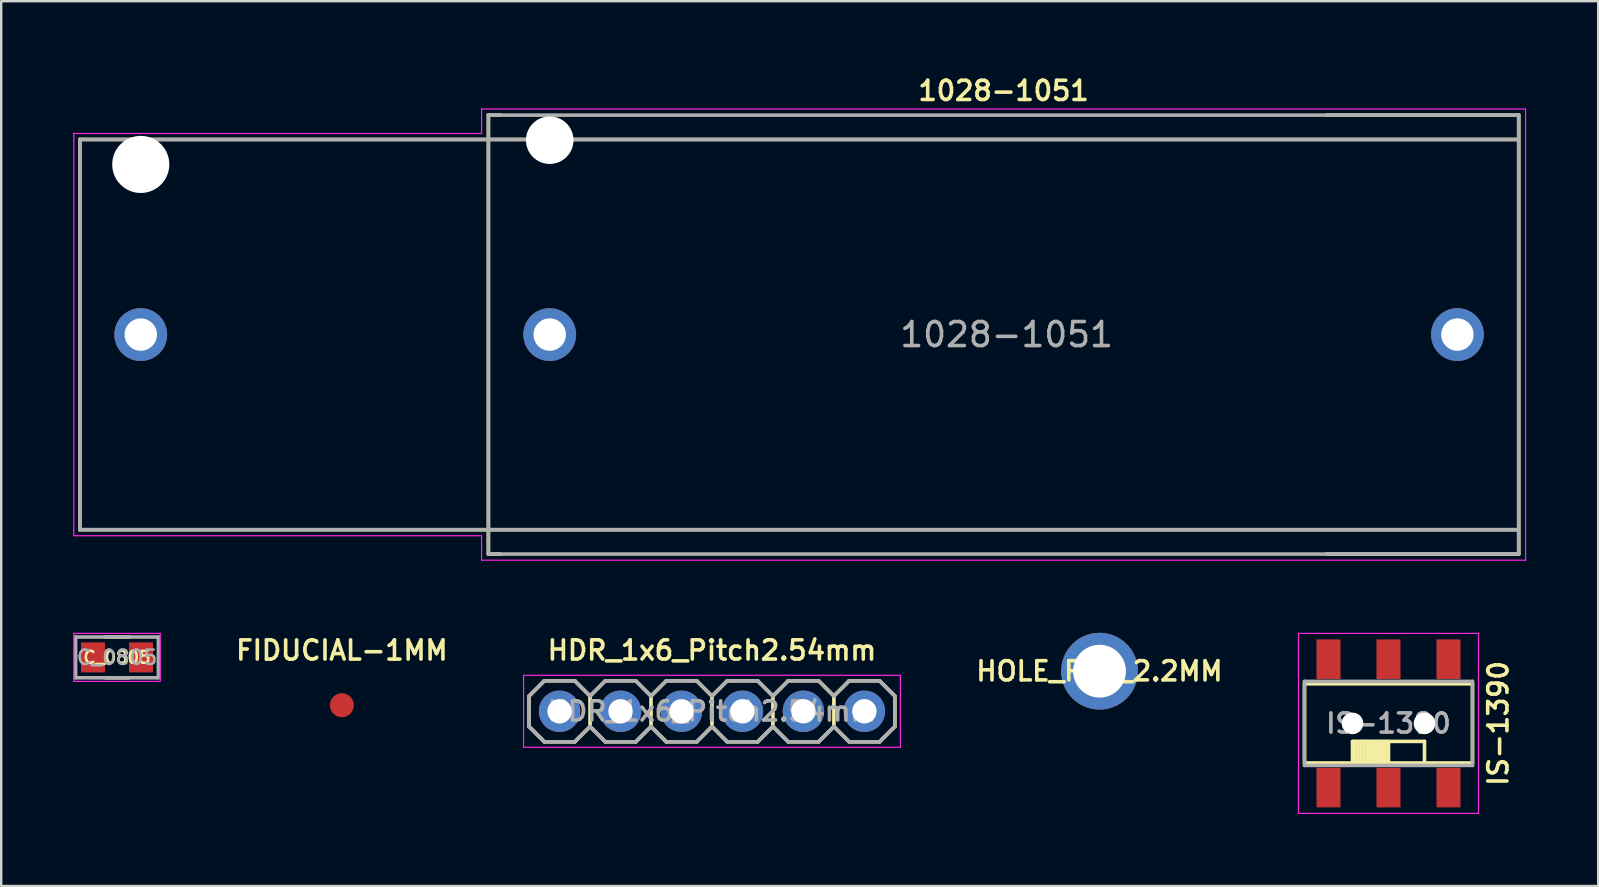
<source format=kicad_pcb>
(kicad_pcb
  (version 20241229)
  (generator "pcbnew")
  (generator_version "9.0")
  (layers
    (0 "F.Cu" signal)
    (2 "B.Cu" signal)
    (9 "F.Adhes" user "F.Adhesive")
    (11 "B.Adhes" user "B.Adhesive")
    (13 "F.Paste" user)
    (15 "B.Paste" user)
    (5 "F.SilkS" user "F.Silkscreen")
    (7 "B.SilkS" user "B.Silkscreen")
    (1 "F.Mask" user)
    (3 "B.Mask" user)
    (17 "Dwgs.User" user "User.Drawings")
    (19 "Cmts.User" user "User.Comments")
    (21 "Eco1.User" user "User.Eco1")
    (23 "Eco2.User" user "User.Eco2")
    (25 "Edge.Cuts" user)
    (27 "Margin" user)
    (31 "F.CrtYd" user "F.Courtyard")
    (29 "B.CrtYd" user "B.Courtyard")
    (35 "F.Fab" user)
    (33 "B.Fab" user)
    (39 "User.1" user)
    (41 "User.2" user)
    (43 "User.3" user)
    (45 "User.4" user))
  (footprint "1028-1051"
    (layer "F.Cu")
    (at 38.765 10.891)
    (property "Reference" "1028-1051" (at 0 -10.16 0) (layer "F.SilkS") (effects (font (size 0.8 0.8) (thickness 0.15))))
    (attr through_hole)
    (fp_line (start -38.49 -8.13) (end -38.49 8.13) (stroke (width 0.15) (type solid)) (layer "F.SilkS"))
    (fp_line (start -38.49 -8.13) (end 21.45 -8.13) (stroke (width 0.15) (type solid)) (layer "F.SilkS"))
    (fp_line (start -38.49 8.13) (end 21.45 8.13) (stroke (width 0.15) (type solid)) (layer "F.SilkS"))
    (fp_line (start -21.465 -9.145) (end -20.965 -9.145) (stroke (width 0.15) (type solid)) (layer "F.SilkS"))
    (fp_line (start -21.465 9.145) (end -21.465 -9.145) (stroke (width 0.15) (type solid)) (layer "F.SilkS"))
    (fp_line (start -21.465 9.145) (end -20.965 9.145) (stroke (width 0.15) (type solid)) (layer "F.SilkS"))
    (fp_line (start 13.465 -9.145) (end 21.465 -9.145) (stroke (width 0.15) (type solid)) (layer "F.SilkS"))
    (fp_line (start 13.465 9.144) (end 21.465 9.144) (stroke (width 0.15) (type solid)) (layer "F.SilkS"))
    (fp_line (start 21.465 -9.145) (end 21.465 9.145) (stroke (width 0.15) (type solid)) (layer "F.SilkS"))
    (fp_line (start -38.74 -8.38) (end -38.74 8.38) (stroke (width 0.05) (type solid)) (layer "F.CrtYd"))
    (fp_line (start -38.74 -8.38) (end -21.75 -8.38) (stroke (width 0.05) (type solid)) (layer "F.CrtYd"))
    (fp_line (start -38.74 8.38) (end -21.75 8.38) (stroke (width 0.05) (type solid)) (layer "F.CrtYd"))
    (fp_line (start -21.75 -9.4) (end -21.75 -8.38) (stroke (width 0.05) (type solid)) (layer "F.CrtYd"))
    (fp_line (start -21.75 -9.4) (end 21.75 -9.4) (stroke (width 0.05) (type solid)) (layer "F.CrtYd"))
    (fp_line (start -21.75 9.4) (end -21.75 8.38) (stroke (width 0.05) (type solid)) (layer "F.CrtYd"))
    (fp_line (start -21.75 9.4) (end 21.75 9.4) (stroke (width 0.05) (type solid)) (layer "F.CrtYd"))
    (fp_line (start 21.75 -9.4) (end 21.75 9.4) (stroke (width 0.05) (type solid)) (layer "F.CrtYd"))
    (fp_line (start -38.49 -8.13) (end -38.49 8.13) (stroke (width 0.15) (type solid)) (layer "F.Fab"))
    (fp_line (start -38.49 -8.13) (end 21.45 -8.13) (stroke (width 0.15) (type solid)) (layer "F.Fab"))
    (fp_line (start -38.49 8.128) (end 21.45 8.128) (stroke (width 0.15) (type solid)) (layer "F.Fab"))
    (fp_line (start -21.465 -9.145) (end 21.465 -9.145) (stroke (width 0.15) (type solid)) (layer "F.Fab"))
    (fp_line (start -21.465 9.145) (end -21.465 -9.145) (stroke (width 0.15) (type solid)) (layer "F.Fab"))
    (fp_line (start -21.463 9.144) (end 21.467 9.144) (stroke (width 0.15) (type solid)) (layer "F.Fab"))
    (fp_line (start 21.463 -9.145) (end 21.463 9.145) (stroke (width 0.15) (type solid)) (layer "F.Fab"))
    (fp_text user "${REFERENCE}" (at 0.127 0 0) (layer "F.Fab") (effects (font (size 1 1) (thickness 0.15))))
    (pad "" np_thru_hole circle (at -35.95 -7.09) (size 2.38 2.38) (drill 2.38) (layers "*.Cu" "*.Mask"))
    (pad "" np_thru_hole circle (at -18.91 -8.1) (size 1.98 1.98) (drill 1.98) (layers "*.Cu" "*.Mask"))
    (pad "1" thru_hole circle (at -35.95 0) (size 2.2 2.2) (drill 1.35) (layers "*.Cu" "*.Mask"))
    (pad "1" thru_hole circle (at -18.91 0) (size 2.2 2.2) (drill 1.35) (layers "*.Cu" "*.Mask"))
    (pad "2" thru_hole circle (at 18.91 0) (size 2.2 2.2) (drill 1.35) (layers "*.Cu" "*.Mask")))
  (footprint "HOLE_PTH_2.2MM"
    (layer "F.Cu")
    (at 42.763 24.916)
    (property "Reference" "HOLE_PTH_2.2MM" (at -0.004 0 0) (layer "F.SilkS") (effects (font (size 0.8 0.8) (thickness 0.15))))
    (attr through_hole)
    (pad "" np_thru_hole circle (at 0 0) (size 3.2 3.2) (drill 2.2) (layers "*.Cu" "*.Mask")))
  (footprint "HDR_1x6_Pitch2.54mm"
    (layer "F.Cu")
    (at 26.615 26.587)
    (property "Reference" "HDR_1x6_Pitch2.54mm" (at 0 -2.54 0) (layer "F.SilkS") (effects (font (size 0.8 0.8) (thickness 0.15))))
    (attr through_hole)
    (fp_line (start -7.62 -0.635) (end -7.62 0.635) (stroke (width 0.15) (type solid)) (layer "F.SilkS"))
    (fp_line (start -7.62 0.635) (end -6.985 1.27) (stroke (width 0.15) (type solid)) (layer "F.SilkS"))
    (fp_line (start -6.985 -1.27) (end -7.62 -0.635) (stroke (width 0.15) (type solid)) (layer "F.SilkS"))
    (fp_line (start -6.985 1.27) (end -5.715 1.27) (stroke (width 0.15) (type solid)) (layer "F.SilkS"))
    (fp_line (start -5.715 -1.27) (end -6.985 -1.27) (stroke (width 0.15) (type solid)) (layer "F.SilkS"))
    (fp_line (start -5.715 1.27) (end -5.08 0.635) (stroke (width 0.15) (type solid)) (layer "F.SilkS"))
    (fp_line (start -5.08 -0.635) (end -5.715 -1.27) (stroke (width 0.15) (type solid)) (layer "F.SilkS"))
    (fp_line (start -5.08 -0.635) (end -5.08 0.635) (stroke (width 0.15) (type solid)) (layer "F.SilkS"))
    (fp_line (start -5.08 0.635) (end -4.445 1.27) (stroke (width 0.15) (type solid)) (layer "F.SilkS"))
    (fp_line (start -4.445 -1.27) (end -5.08 -0.635) (stroke (width 0.15) (type solid)) (layer "F.SilkS"))
    (fp_line (start -4.445 1.27) (end -3.175 1.27) (stroke (width 0.15) (type solid)) (layer "F.SilkS"))
    (fp_line (start -3.175 -1.27) (end -4.445 -1.27) (stroke (width 0.15) (type solid)) (layer "F.SilkS"))
    (fp_line (start -3.175 1.27) (end -2.54 0.635) (stroke (width 0.15) (type solid)) (layer "F.SilkS"))
    (fp_line (start -2.54 -0.635) (end -3.175 -1.27) (stroke (width 0.15) (type solid)) (layer "F.SilkS"))
    (fp_line (start -2.54 -0.635) (end -2.54 0.635) (stroke (width 0.15) (type solid)) (layer "F.SilkS"))
    (fp_line (start -2.54 0.635) (end -1.905 1.27) (stroke (width 0.15) (type solid)) (layer "F.SilkS"))
    (fp_line (start -1.905 -1.27) (end -2.54 -0.635) (stroke (width 0.15) (type solid)) (layer "F.SilkS"))
    (fp_line (start -1.905 1.27) (end -0.635 1.27) (stroke (width 0.15) (type solid)) (layer "F.SilkS"))
    (fp_line (start -0.635 -1.27) (end -1.905 -1.27) (stroke (width 0.15) (type solid)) (layer "F.SilkS"))
    (fp_line (start -0.635 1.27) (end 0 0.635) (stroke (width 0.15) (type solid)) (layer "F.SilkS"))
    (fp_line (start 0 -0.635) (end -0.635 -1.27) (stroke (width 0.15) (type solid)) (layer "F.SilkS"))
    (fp_line (start 0 -0.635) (end 0 0.635) (stroke (width 0.15) (type solid)) (layer "F.SilkS"))
    (fp_line (start 0 0.635) (end 0.635 1.27) (stroke (width 0.15) (type solid)) (layer "F.SilkS"))
    (fp_line (start 0.635 -1.27) (end 0 -0.635) (stroke (width 0.15) (type solid)) (layer "F.SilkS"))
    (fp_line (start 0.635 1.27) (end 1.905 1.27) (stroke (width 0.15) (type solid)) (layer "F.SilkS"))
    (fp_line (start 1.905 -1.27) (end 0.635 -1.27) (stroke (width 0.15) (type solid)) (layer "F.SilkS"))
    (fp_line (start 1.905 1.27) (end 2.54 0.635) (stroke (width 0.15) (type solid)) (layer "F.SilkS"))
    (fp_line (start 2.54 -0.635) (end 1.905 -1.27) (stroke (width 0.15) (type solid)) (layer "F.SilkS"))
    (fp_line (start 2.54 -0.635) (end 2.54 0.635) (stroke (width 0.15) (type solid)) (layer "F.SilkS"))
    (fp_line (start 2.54 0.635) (end 3.175 1.27) (stroke (width 0.15) (type solid)) (layer "F.SilkS"))
    (fp_line (start 3.175 -1.27) (end 2.54 -0.635) (stroke (width 0.15) (type solid)) (layer "F.SilkS"))
    (fp_line (start 3.175 1.27) (end 4.445 1.27) (stroke (width 0.15) (type solid)) (layer "F.SilkS"))
    (fp_line (start 4.445 -1.27) (end 3.175 -1.27) (stroke (width 0.15) (type solid)) (layer "F.SilkS"))
    (fp_line (start 4.445 1.27) (end 5.08 0.635) (stroke (width 0.15) (type solid)) (layer "F.SilkS"))
    (fp_line (start 5.08 -0.635) (end 4.445 -1.27) (stroke (width 0.15) (type solid)) (layer "F.SilkS"))
    (fp_line (start 5.08 -0.635) (end 5.08 0.635) (stroke (width 0.15) (type solid)) (layer "F.SilkS"))
    (fp_line (start 5.08 0.635) (end 5.715 1.27) (stroke (width 0.15) (type solid)) (layer "F.SilkS"))
    (fp_line (start 5.715 -1.27) (end 5.08 -0.635) (stroke (width 0.15) (type solid)) (layer "F.SilkS"))
    (fp_line (start 5.715 1.27) (end 6.985 1.27) (stroke (width 0.15) (type solid)) (layer "F.SilkS"))
    (fp_line (start 6.985 -1.27) (end 5.715 -1.27) (stroke (width 0.15) (type solid)) (layer "F.SilkS"))
    (fp_line (start 6.985 1.27) (end 7.62 0.635) (stroke (width 0.15) (type solid)) (layer "F.SilkS"))
    (fp_line (start 7.62 -0.635) (end 6.985 -1.27) (stroke (width 0.15) (type solid)) (layer "F.SilkS"))
    (fp_line (start 7.62 0.635) (end 7.62 -0.635) (stroke (width 0.15) (type solid)) (layer "F.SilkS"))
    (fp_line (start -7.85 -1.5) (end -7.85 1.5) (stroke (width 0.05) (type solid)) (layer "F.CrtYd"))
    (fp_line (start -7.85 1.5) (end 7.85 1.5) (stroke (width 0.05) (type solid)) (layer "F.CrtYd"))
    (fp_line (start 7.85 -1.5) (end -7.85 -1.5) (stroke (width 0.05) (type solid)) (layer "F.CrtYd"))
    (fp_line (start 7.85 1.5) (end 7.85 -1.5) (stroke (width 0.05) (type solid)) (layer "F.CrtYd"))
    (fp_line (start -7.62 -0.635) (end -7.62 0.635) (stroke (width 0.15) (type solid)) (layer "F.Fab"))
    (fp_line (start -7.62 0.635) (end -6.985 1.27) (stroke (width 0.15) (type solid)) (layer "F.Fab"))
    (fp_line (start -6.985 -1.27) (end -7.62 -0.635) (stroke (width 0.15) (type solid)) (layer "F.Fab"))
    (fp_line (start -6.985 1.27) (end -5.715 1.27) (stroke (width 0.15) (type solid)) (layer "F.Fab"))
    (fp_line (start -5.715 -1.27) (end -6.985 -1.27) (stroke (width 0.15) (type solid)) (layer "F.Fab"))
    (fp_line (start -5.715 1.27) (end -5.08 0.635) (stroke (width 0.15) (type solid)) (layer "F.Fab"))
    (fp_line (start -5.08 -0.635) (end -5.715 -1.27) (stroke (width 0.15) (type solid)) (layer "F.Fab"))
    (fp_line (start -5.08 0.635) (end -4.445 1.27) (stroke (width 0.15) (type solid)) (layer "F.Fab"))
    (fp_line (start -4.445 -1.27) (end -5.08 -0.635) (stroke (width 0.15) (type solid)) (layer "F.Fab"))
    (fp_line (start -4.445 1.27) (end -3.175 1.27) (stroke (width 0.15) (type solid)) (layer "F.Fab"))
    (fp_line (start -3.175 -1.27) (end -4.445 -1.27) (stroke (width 0.15) (type solid)) (layer "F.Fab"))
    (fp_line (start -3.175 1.27) (end -2.54 0.635) (stroke (width 0.15) (type solid)) (layer "F.Fab"))
    (fp_line (start -2.54 -0.635) (end -3.175 -1.27) (stroke (width 0.15) (type solid)) (layer "F.Fab"))
    (fp_line (start -2.54 0.635) (end -1.905 1.27) (stroke (width 0.15) (type solid)) (layer "F.Fab"))
    (fp_line (start -1.905 -1.27) (end -2.54 -0.635) (stroke (width 0.15) (type solid)) (layer "F.Fab"))
    (fp_line (start -1.905 1.27) (end -0.635 1.27) (stroke (width 0.15) (type solid)) (layer "F.Fab"))
    (fp_line (start -0.635 -1.27) (end -1.905 -1.27) (stroke (width 0.15) (type solid)) (layer "F.Fab"))
    (fp_line (start -0.635 1.27) (end 0 0.635) (stroke (width 0.15) (type solid)) (layer "F.Fab"))
    (fp_line (start 0 -0.635) (end -0.635 -1.27) (stroke (width 0.15) (type solid)) (layer "F.Fab"))
    (fp_line (start 0 0.635) (end 0.635 1.27) (stroke (width 0.15) (type solid)) (layer "F.Fab"))
    (fp_line (start 0.635 -1.27) (end 0 -0.635) (stroke (width 0.15) (type solid)) (layer "F.Fab"))
    (fp_line (start 0.635 1.27) (end 1.905 1.27) (stroke (width 0.15) (type solid)) (layer "F.Fab"))
    (fp_line (start 1.905 -1.27) (end 0.635 -1.27) (stroke (width 0.15) (type solid)) (layer "F.Fab"))
    (fp_line (start 1.905 1.27) (end 2.54 0.635) (stroke (width 0.15) (type solid)) (layer "F.Fab"))
    (fp_line (start 2.54 -0.635) (end 1.905 -1.27) (stroke (width 0.15) (type solid)) (layer "F.Fab"))
    (fp_line (start 2.54 0.635) (end 3.175 1.27) (stroke (width 0.15) (type solid)) (layer "F.Fab"))
    (fp_line (start 3.175 -1.27) (end 2.54 -0.635) (stroke (width 0.15) (type solid)) (layer "F.Fab"))
    (fp_line (start 3.175 1.27) (end 4.445 1.27) (stroke (width 0.15) (type solid)) (layer "F.Fab"))
    (fp_line (start 4.445 -1.27) (end 3.175 -1.27) (stroke (width 0.15) (type solid)) (layer "F.Fab"))
    (fp_line (start 4.445 1.27) (end 5.08 0.635) (stroke (width 0.15) (type solid)) (layer "F.Fab"))
    (fp_line (start 5.08 -0.635) (end 4.445 -1.27) (stroke (width 0.15) (type solid)) (layer "F.Fab"))
    (fp_line (start 5.08 0.635) (end 5.715 1.27) (stroke (width 0.15) (type solid)) (layer "F.Fab"))
    (fp_line (start 5.715 -1.27) (end 5.08 -0.635) (stroke (width 0.15) (type solid)) (layer "F.Fab"))
    (fp_line (start 5.715 1.27) (end 6.985 1.27) (stroke (width 0.15) (type solid)) (layer "F.Fab"))
    (fp_line (start 6.985 -1.27) (end 5.715 -1.27) (stroke (width 0.15) (type solid)) (layer "F.Fab"))
    (fp_line (start 6.985 1.27) (end 7.62 0.635) (stroke (width 0.15) (type solid)) (layer "F.Fab"))
    (fp_line (start 7.62 -0.635) (end 6.985 -1.27) (stroke (width 0.15) (type solid)) (layer "F.Fab"))
    (fp_line (start 7.62 0.635) (end 7.62 -0.635) (stroke (width 0.15) (type solid)) (layer "F.Fab"))
    (fp_text user "${REFERENCE}" (at 0 0 0) (layer "F.Fab") (effects (font (size 0.8 0.8) (thickness 0.15))))
    (pad "1" thru_hole oval (at -6.35 0) (size 1.727 1.727) (drill 1.016) (layers "*.Cu" "*.Mask"))
    (pad "2" thru_hole oval (at -3.81 0) (size 1.727 1.727) (drill 1.016) (layers "*.Cu" "*.Mask"))
    (pad "3" thru_hole oval (at -1.27 0) (size 1.727 1.727) (drill 1.016) (layers "*.Cu" "*.Mask"))
    (pad "4" thru_hole oval (at 1.27 0) (size 1.727 1.727) (drill 1.016) (layers "*.Cu" "*.Mask"))
    (pad "5" thru_hole oval (at 3.81 0) (size 1.727 1.727) (drill 1.016) (layers "*.Cu" "*.Mask"))
    (pad "6" thru_hole oval (at 6.35 0) (size 1.727 1.727) (drill 1.016) (layers "*.Cu" "*.Mask")))
  (footprint "C_0805"
    (layer "F.Cu")
    (at 1.825 24.341)
    (property "Reference" "C_0805" (at 0 0 180) (layer "F.SilkS") (effects (font (size 0.5 0.5) (thickness 0.1))))
    (attr smd)
    (fp_line (start -0.5 0.85) (end 0.5 0.85) (stroke (width 0.15) (type solid)) (layer "F.SilkS"))
    (fp_line (start 0.5 -0.85) (end -0.5 -0.85) (stroke (width 0.15) (type solid)) (layer "F.SilkS"))
    (fp_line (start -1.8 -1) (end -1.8 1) (stroke (width 0.05) (type solid)) (layer "F.CrtYd"))
    (fp_line (start -1.8 -1) (end 1.8 -1) (stroke (width 0.05) (type solid)) (layer "F.CrtYd"))
    (fp_line (start -1.8 1) (end 1.8 1) (stroke (width 0.05) (type solid)) (layer "F.CrtYd"))
    (fp_line (start 1.8 -1) (end 1.8 1) (stroke (width 0.05) (type solid)) (layer "F.CrtYd"))
    (fp_line (start -1.725 -0.85) (end 1.725 -0.85) (stroke (width 0.15) (type solid)) (layer "F.Fab"))
    (fp_line (start -1.725 0.85) (end -1.725 -0.85) (stroke (width 0.15) (type solid)) (layer "F.Fab"))
    (fp_line (start 1.725 -0.85) (end 1.725 0.85) (stroke (width 0.15) (type solid)) (layer "F.Fab"))
    (fp_line (start 1.725 0.85) (end -1.725 0.85) (stroke (width 0.15) (type solid)) (layer "F.Fab"))
    (fp_text user "${REFERENCE}" (at 0 0 0) (layer "F.Fab") (effects (font (size 0.6 0.6) (thickness 0.1))))
    (pad "1" smd rect (at -1 0) (size 1 1.25) (layers "F.Cu" "F.Mask" "F.Paste"))
    (pad "2" smd rect (at 1 0) (size 1 1.25) (layers "F.Cu" "F.Mask" "F.Paste")))
  (footprint "IS-1390"
    (layer "F.Cu")
    (at 54.803 27.091)
    (property "Reference" "IS-1390" (at 4.572 0 90) (layer "F.SilkS") (effects (font (size 0.8 0.8) (thickness 0.15))))
    (attr through_hole)
    (fp_line (start -3.5 -1.65) (end 3.5 -1.65) (stroke (width 0.15) (type solid)) (layer "F.SilkS"))
    (fp_line (start -3.5 1.65) (end -3.5 -1.65) (stroke (width 0.15) (type solid)) (layer "F.SilkS"))
    (fp_line (start -3.5 1.65) (end 3.5 1.65) (stroke (width 0.15) (type solid)) (layer "F.SilkS"))
    (fp_line (start -1.5 1.65) (end -1.5 0.75) (stroke (width 0.15) (type solid)) (layer "F.SilkS"))
    (fp_line (start -1.397 1.65) (end -1.397 0.75) (stroke (width 0.15) (type solid)) (layer "F.SilkS"))
    (fp_line (start -1.27 1.65) (end -1.27 0.75) (stroke (width 0.15) (type solid)) (layer "F.SilkS"))
    (fp_line (start -1.143 1.65) (end -1.143 0.75) (stroke (width 0.15) (type solid)) (layer "F.SilkS"))
    (fp_line (start -1.016 1.65) (end -1.016 0.75) (stroke (width 0.15) (type solid)) (layer "F.SilkS"))
    (fp_line (start -0.889 1.65) (end -0.889 0.75) (stroke (width 0.15) (type solid)) (layer "F.SilkS"))
    (fp_line (start -0.762 1.65) (end -0.762 0.75) (stroke (width 0.15) (type solid)) (layer "F.SilkS"))
    (fp_line (start -0.635 1.65) (end -0.635 0.75) (stroke (width 0.15) (type solid)) (layer "F.SilkS"))
    (fp_line (start -0.508 1.65) (end -0.508 0.75) (stroke (width 0.15) (type solid)) (layer "F.SilkS"))
    (fp_line (start -0.381 1.65) (end -0.381 0.75) (stroke (width 0.15) (type solid)) (layer "F.SilkS"))
    (fp_line (start -0.254 1.65) (end -0.254 0.75) (stroke (width 0.15) (type solid)) (layer "F.SilkS"))
    (fp_line (start -0.127 0.75) (end -0.127 1.65) (stroke (width 0.15) (type solid)) (layer "F.SilkS"))
    (fp_line (start 0 1.65) (end 0 0.75) (stroke (width 0.15) (type solid)) (layer "F.SilkS"))
    (fp_line (start 1.5 0.75) (end -1.5 0.75) (stroke (width 0.15) (type solid)) (layer "F.SilkS"))
    (fp_line (start 1.5 1.65) (end 1.5 0.75) (stroke (width 0.15) (type solid)) (layer "F.SilkS"))
    (fp_line (start 3.5 -1.65) (end 3.5 1.65) (stroke (width 0.15) (type solid)) (layer "F.SilkS"))
    (fp_line (start -3.75 -3.75) (end -3.75 3.75) (stroke (width 0.05) (type solid)) (layer "F.CrtYd"))
    (fp_line (start -3.75 3.75) (end 3.75 3.75) (stroke (width 0.05) (type solid)) (layer "F.CrtYd"))
    (fp_line (start 3.75 -3.75) (end -3.75 -3.75) (stroke (width 0.05) (type solid)) (layer "F.CrtYd"))
    (fp_line (start 3.75 3.75) (end 3.75 -3.75) (stroke (width 0.05) (type solid)) (layer "F.CrtYd"))
    (fp_line (start -3.5 -1.75) (end 3.5 -1.75) (stroke (width 0.15) (type solid)) (layer "F.Fab"))
    (fp_line (start -3.5 1.75) (end -3.5 -1.75) (stroke (width 0.15) (type solid)) (layer "F.Fab"))
    (fp_line (start -3.5 1.75) (end 3.5 1.75) (stroke (width 0.15) (type solid)) (layer "F.Fab"))
    (fp_line (start 3.5 -1.75) (end 3.5 1.75) (stroke (width 0.15) (type solid)) (layer "F.Fab"))
    (fp_text user "${REFERENCE}" (at 0 0 0) (layer "F.Fab") (effects (font (size 0.8 0.8) (thickness 0.15))))
    (pad "" np_thru_hole circle (at -1.5 0 90) (size 0.9 0.9) (drill 0.9) (layers "*.Cu" "*.Mask"))
    (pad "" np_thru_hole circle (at 1.5 0 90) (size 0.9 0.9) (drill 0.9) (layers "*.Cu" "*.Mask"))
    (pad "1" smd rect (at -2.5 2.675 90) (size 1.65 1) (layers "F.Cu" "F.Mask" "F.Paste"))
    (pad "2" smd rect (at 0 2.675 90) (size 1.65 1) (layers "F.Cu" "F.Mask" "F.Paste"))
    (pad "3" smd rect (at 2.5 2.675 90) (size 1.65 1) (layers "F.Cu" "F.Mask" "F.Paste"))
    (pad "4" smd rect (at 2.5 -2.675 90) (size 1.65 1) (layers "F.Cu" "F.Mask" "F.Paste"))
    (pad "5" smd rect (at 0 -2.675 90) (size 1.65 1) (layers "F.Cu" "F.Mask" "F.Paste"))
    (pad "6" smd rect (at -2.5 -2.675 90) (size 1.65 1) (layers "F.Cu" "F.Mask" "F.Paste")))
  (footprint "FIDUCIAL-1MM"
    (layer "F.Cu")
    (at 11.195 26.334)
    (property "Reference" "FIDUCIAL-1MM" (at 0 -2.286 0) (layer "F.SilkS") (effects (font (size 0.8 0.8) (thickness 0.15))))
    (attr exclude_from_pos_files exclude_from_bom)
    (pad "~" smd circle (at 0 0) (size 1 1) (layers "F.Cu" "F.Mask")))
  (gr_rect
    (start -3 -3)
    (end 63.54 33.866)
    (stroke (width 0.1) (type default))
    (fill no)
    (layer "Edge.Cuts")))
</source>
